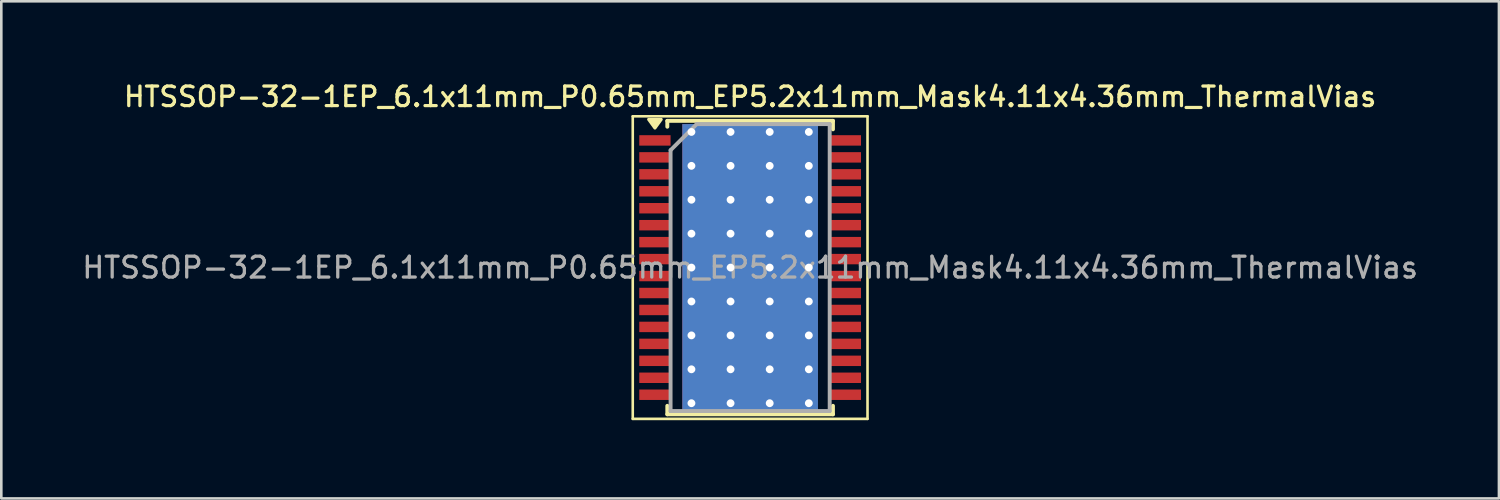
<source format=kicad_pcb>
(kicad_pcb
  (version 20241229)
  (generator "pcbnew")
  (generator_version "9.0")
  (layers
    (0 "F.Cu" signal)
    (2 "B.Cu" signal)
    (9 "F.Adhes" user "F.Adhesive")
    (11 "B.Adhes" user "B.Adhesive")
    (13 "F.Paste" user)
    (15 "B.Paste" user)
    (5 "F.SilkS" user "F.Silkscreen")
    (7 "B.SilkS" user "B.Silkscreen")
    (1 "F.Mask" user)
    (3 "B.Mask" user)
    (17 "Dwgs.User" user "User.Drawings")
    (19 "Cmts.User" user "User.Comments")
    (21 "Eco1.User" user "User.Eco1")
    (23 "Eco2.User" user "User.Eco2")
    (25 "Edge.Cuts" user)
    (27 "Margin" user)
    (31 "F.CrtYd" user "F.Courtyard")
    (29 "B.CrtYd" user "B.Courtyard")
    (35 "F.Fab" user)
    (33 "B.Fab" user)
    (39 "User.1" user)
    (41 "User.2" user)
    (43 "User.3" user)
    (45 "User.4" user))
  (footprint "HTSSOP-32-1EP_6.1x11mm_P0.65mm_EP5.2x11mm_Mask4.11x4.36mm_ThermalVias"
    (layer "F.Cu")
    (at 25.708 7.208)
    (property "Reference" "HTSSOP-32-1EP_6.1x11mm_P0.65mm_EP5.2x11mm_Mask4.11x4.36mm_ThermalVias" (at 0 -6.55 0) (layer "F.SilkS") (effects (font (size 0.75 0.75) (thickness 0.125))))
    (attr smd)
    (fp_line (start -4.5 -5.8) (end -4.5 5.8) (stroke (width 0.1) (type solid)) (layer "F.SilkS"))
    (fp_line (start -4.5 5.8) (end 4.5 5.8) (stroke (width 0.1) (type solid)) (layer "F.SilkS"))
    (fp_line (start -3.175 -5.625) (end 3.175 -5.625) (stroke (width 0.15) (type solid)) (layer "F.SilkS"))
    (fp_line (start -3.175 -5.4) (end -3.175 -5.625) (stroke (width 0.15) (type solid)) (layer "F.SilkS"))
    (fp_line (start -3.175 5.3) (end -3.175 5.625) (stroke (width 0.15) (type solid)) (layer "F.SilkS"))
    (fp_line (start -3.175 5.625) (end 3.175 5.625) (stroke (width 0.15) (type solid)) (layer "F.SilkS"))
    (fp_line (start 3.175 -5.625) (end 3.175 -5.3) (stroke (width 0.15) (type solid)) (layer "F.SilkS"))
    (fp_line (start 3.175 5.625) (end 3.175 5.3) (stroke (width 0.15) (type solid)) (layer "F.SilkS"))
    (fp_line (start 4.5 -5.8) (end -4.5 -5.8) (stroke (width 0.1) (type solid)) (layer "F.SilkS"))
    (fp_line (start 4.5 5.8) (end 4.5 -5.8) (stroke (width 0.1) (type solid)) (layer "F.SilkS"))
    (fp_poly (pts (xy -3.65 -5.35) (xy -3.89 -5.68) (xy -3.41 -5.68) (xy -3.65 -5.35)) (stroke (width 0.12) (type solid)) (fill yes) (layer "F.SilkS"))
    (fp_line (start -3.05 -4.5) (end -2.05 -5.5) (stroke (width 0.15) (type solid)) (layer "F.Fab"))
    (fp_line (start -3.05 5.5) (end -3.05 -4.5) (stroke (width 0.15) (type solid)) (layer "F.Fab"))
    (fp_line (start -2.05 -5.5) (end 3.05 -5.5) (stroke (width 0.15) (type solid)) (layer "F.Fab"))
    (fp_line (start 3.05 -5.5) (end 3.05 5.5) (stroke (width 0.15) (type solid)) (layer "F.Fab"))
    (fp_line (start 3.05 5.5) (end -3.05 5.5) (stroke (width 0.15) (type solid)) (layer "F.Fab"))
    (fp_text user "${REFERENCE}" (at 0 0 0) (layer "F.Fab") (effects (font (size 0.8 0.8) (thickness 0.125))))
    (pad "" smd rect (at -1.365 -1.725) (size 0.93 0.55) (layers "F.Paste"))
    (pad "" smd rect (at -1.365 -0.65) (size 0.93 1) (layers "F.Paste"))
    (pad "" smd rect (at -1.365 0.65) (size 0.93 1) (layers "F.Paste"))
    (pad "" smd rect (at -1.365 1.725) (size 0.93 0.55) (layers "F.Paste"))
    (pad "" smd rect (at 0 -1.725) (size 1.2 0.55) (layers "F.Paste"))
    (pad "" smd rect (at 0 -0.65) (size 1.2 1) (layers "F.Paste"))
    (pad "" smd rect (at 0 0) (size 4.11 4.36) (layers "F.Mask"))
    (pad "" smd rect (at 0 0.65) (size 1.2 1) (layers "F.Paste"))
    (pad "" smd rect (at 0 1.725) (size 1.2 0.55) (layers "F.Paste"))
    (pad "" smd rect (at 1.365 -1.725) (size 0.93 0.55) (layers "F.Paste"))
    (pad "" smd rect (at 1.365 -0.65) (size 0.93 1) (layers "F.Paste"))
    (pad "" smd rect (at 1.365 0.65) (size 0.93 1) (layers "F.Paste"))
    (pad "" smd rect (at 1.365 1.725) (size 0.93 0.55) (layers "F.Paste"))
    (pad "1" smd rect (at -3.65 -4.875) (size 1.2 0.4) (layers "F.Cu" "F.Mask" "F.Paste"))
    (pad "2" smd rect (at -3.65 -4.225) (size 1.2 0.4) (layers "F.Cu" "F.Mask" "F.Paste"))
    (pad "3" smd rect (at -3.65 -3.575) (size 1.2 0.4) (layers "F.Cu" "F.Mask" "F.Paste"))
    (pad "4" smd rect (at -3.65 -2.925) (size 1.2 0.4) (layers "F.Cu" "F.Mask" "F.Paste"))
    (pad "5" smd rect (at -3.65 -2.275) (size 1.2 0.4) (layers "F.Cu" "F.Mask" "F.Paste"))
    (pad "6" smd rect (at -3.65 -1.625) (size 1.2 0.4) (layers "F.Cu" "F.Mask" "F.Paste"))
    (pad "7" smd rect (at -3.65 -0.975) (size 1.2 0.4) (layers "F.Cu" "F.Mask" "F.Paste"))
    (pad "8" smd rect (at -3.65 -0.325) (size 1.2 0.4) (layers "F.Cu" "F.Mask" "F.Paste"))
    (pad "9" smd rect (at -3.65 0.325) (size 1.2 0.4) (layers "F.Cu" "F.Mask" "F.Paste"))
    (pad "10" smd rect (at -3.65 0.975) (size 1.2 0.4) (layers "F.Cu" "F.Mask" "F.Paste"))
    (pad "11" smd rect (at -3.65 1.625) (size 1.2 0.4) (layers "F.Cu" "F.Mask" "F.Paste"))
    (pad "12" smd rect (at -3.65 2.275) (size 1.2 0.4) (layers "F.Cu" "F.Mask" "F.Paste"))
    (pad "13" smd rect (at -3.65 2.925) (size 1.2 0.4) (layers "F.Cu" "F.Mask" "F.Paste"))
    (pad "14" smd rect (at -3.65 3.575) (size 1.2 0.4) (layers "F.Cu" "F.Mask" "F.Paste"))
    (pad "15" smd rect (at -3.65 4.225) (size 1.2 0.4) (layers "F.Cu" "F.Mask" "F.Paste"))
    (pad "16" smd rect (at -3.65 4.875) (size 1.2 0.4) (layers "F.Cu" "F.Mask" "F.Paste"))
    (pad "17" smd rect (at 3.65 4.875) (size 1.2 0.4) (layers "F.Cu" "F.Mask" "F.Paste"))
    (pad "18" smd rect (at 3.65 4.225) (size 1.2 0.4) (layers "F.Cu" "F.Mask" "F.Paste"))
    (pad "19" smd rect (at 3.65 3.575) (size 1.2 0.4) (layers "F.Cu" "F.Mask" "F.Paste"))
    (pad "20" smd rect (at 3.65 2.925) (size 1.2 0.4) (layers "F.Cu" "F.Mask" "F.Paste"))
    (pad "21" smd rect (at 3.65 2.275) (size 1.2 0.4) (layers "F.Cu" "F.Mask" "F.Paste"))
    (pad "22" smd rect (at 3.65 1.625) (size 1.2 0.4) (layers "F.Cu" "F.Mask" "F.Paste"))
    (pad "23" smd rect (at 3.65 0.975) (size 1.2 0.4) (layers "F.Cu" "F.Mask" "F.Paste"))
    (pad "24" smd rect (at 3.65 0.325) (size 1.2 0.4) (layers "F.Cu" "F.Mask" "F.Paste"))
    (pad "25" smd rect (at 3.65 -0.325) (size 1.2 0.4) (layers "F.Cu" "F.Mask" "F.Paste"))
    (pad "26" smd rect (at 3.65 -0.975) (size 1.2 0.4) (layers "F.Cu" "F.Mask" "F.Paste"))
    (pad "27" smd rect (at 3.65 -1.625) (size 1.2 0.4) (layers "F.Cu" "F.Mask" "F.Paste"))
    (pad "28" smd rect (at 3.65 -2.275) (size 1.2 0.4) (layers "F.Cu" "F.Mask" "F.Paste"))
    (pad "29" smd rect (at 3.65 -2.925) (size 1.2 0.4) (layers "F.Cu" "F.Mask" "F.Paste"))
    (pad "30" smd rect (at 3.65 -3.575) (size 1.2 0.4) (layers "F.Cu" "F.Mask" "F.Paste"))
    (pad "31" smd rect (at 3.65 -4.225) (size 1.2 0.4) (layers "F.Cu" "F.Mask" "F.Paste"))
    (pad "32" smd rect (at 3.65 -4.875) (size 1.2 0.4) (layers "F.Cu" "F.Mask" "F.Paste"))
    (pad "33" thru_hole circle (at -2.25 -5.2) (size 0.6 0.6) (drill 0.3) (layers "*.Cu"))
    (pad "33" thru_hole circle (at -2.25 -3.9) (size 0.6 0.6) (drill 0.3) (layers "*.Cu"))
    (pad "33" thru_hole circle (at -2.25 -2.6) (size 0.6 0.6) (drill 0.3) (layers "*.Cu"))
    (pad "33" thru_hole circle (at -2.25 -1.3) (size 0.6 0.6) (drill 0.3) (layers "*.Cu"))
    (pad "33" thru_hole circle (at -2.25 0) (size 0.6 0.6) (drill 0.3) (layers "*.Cu"))
    (pad "33" thru_hole circle (at -2.25 1.3) (size 0.6 0.6) (drill 0.3) (layers "*.Cu"))
    (pad "33" thru_hole circle (at -2.25 2.6) (size 0.6 0.6) (drill 0.3) (layers "*.Cu"))
    (pad "33" thru_hole circle (at -2.25 3.9) (size 0.6 0.6) (drill 0.3) (layers "*.Cu"))
    (pad "33" thru_hole circle (at -2.25 5.2) (size 0.6 0.6) (drill 0.3) (layers "*.Cu"))
    (pad "33" thru_hole circle (at -0.75 -5.2) (size 0.6 0.6) (drill 0.3) (layers "*.Cu"))
    (pad "33" thru_hole circle (at -0.75 -3.9) (size 0.6 0.6) (drill 0.3) (layers "*.Cu"))
    (pad "33" thru_hole circle (at -0.75 -2.6) (size 0.6 0.6) (drill 0.3) (layers "*.Cu"))
    (pad "33" thru_hole circle (at -0.75 -1.3) (size 0.6 0.6) (drill 0.3) (layers "*.Cu"))
    (pad "33" thru_hole circle (at -0.75 0) (size 0.6 0.6) (drill 0.3) (layers "*.Cu"))
    (pad "33" thru_hole circle (at -0.75 1.3) (size 0.6 0.6) (drill 0.3) (layers "*.Cu"))
    (pad "33" thru_hole circle (at -0.75 2.6) (size 0.6 0.6) (drill 0.3) (layers "*.Cu"))
    (pad "33" thru_hole circle (at -0.75 3.9) (size 0.6 0.6) (drill 0.3) (layers "*.Cu"))
    (pad "33" thru_hole circle (at -0.75 5.2) (size 0.6 0.6) (drill 0.3) (layers "*.Cu"))
    (pad "33" smd rect (at 0 0) (size 5.2 11) (layers "F.Cu"))
    (pad "33" smd rect (at 0 0) (size 5.2 11) (layers "B.Cu"))
    (pad "33" thru_hole circle (at 0.75 -5.2) (size 0.6 0.6) (drill 0.3) (layers "*.Cu"))
    (pad "33" thru_hole circle (at 0.75 -3.9) (size 0.6 0.6) (drill 0.3) (layers "*.Cu"))
    (pad "33" thru_hole circle (at 0.75 -2.6) (size 0.6 0.6) (drill 0.3) (layers "*.Cu"))
    (pad "33" thru_hole circle (at 0.75 -1.3) (size 0.6 0.6) (drill 0.3) (layers "*.Cu"))
    (pad "33" thru_hole circle (at 0.75 0) (size 0.6 0.6) (drill 0.3) (layers "*.Cu"))
    (pad "33" thru_hole circle (at 0.75 1.3) (size 0.6 0.6) (drill 0.3) (layers "*.Cu"))
    (pad "33" thru_hole circle (at 0.75 2.6) (size 0.6 0.6) (drill 0.3) (layers "*.Cu"))
    (pad "33" thru_hole circle (at 0.75 3.9) (size 0.6 0.6) (drill 0.3) (layers "*.Cu"))
    (pad "33" thru_hole circle (at 0.75 5.2) (size 0.6 0.6) (drill 0.3) (layers "*.Cu"))
    (pad "33" thru_hole circle (at 2.25 -5.2) (size 0.6 0.6) (drill 0.3) (layers "*.Cu"))
    (pad "33" thru_hole circle (at 2.25 -3.9) (size 0.6 0.6) (drill 0.3) (layers "*.Cu"))
    (pad "33" thru_hole circle (at 2.25 -2.6) (size 0.6 0.6) (drill 0.3) (layers "*.Cu"))
    (pad "33" thru_hole circle (at 2.25 -1.3) (size 0.6 0.6) (drill 0.3) (layers "*.Cu"))
    (pad "33" thru_hole circle (at 2.25 0) (size 0.6 0.6) (drill 0.3) (layers "*.Cu"))
    (pad "33" thru_hole circle (at 2.25 1.3) (size 0.6 0.6) (drill 0.3) (layers "*.Cu"))
    (pad "33" thru_hole circle (at 2.25 2.6) (size 0.6 0.6) (drill 0.3) (layers "*.Cu"))
    (pad "33" thru_hole circle (at 2.25 3.9) (size 0.6 0.6) (drill 0.3) (layers "*.Cu"))
    (pad "33" thru_hole circle (at 2.25 5.2) (size 0.6 0.6) (drill 0.3) (layers "*.Cu")))
  (gr_rect
    (start -3 -3)
    (end 54.415 16.058)
    (stroke (width 0.1) (type default))
    (fill no)
    (layer "Edge.Cuts")))
</source>
